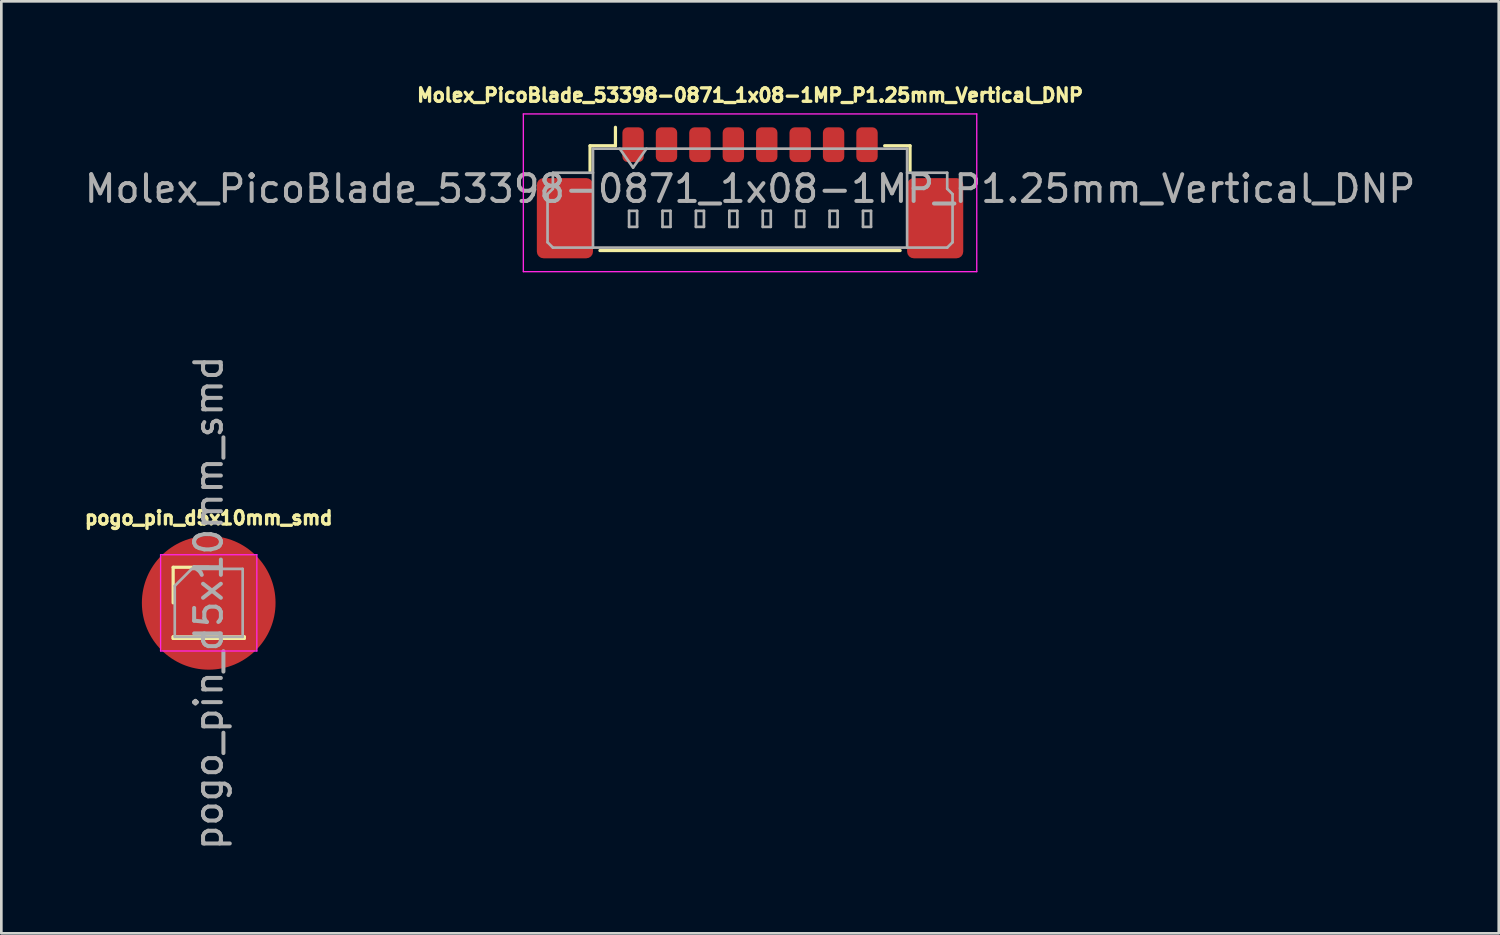
<source format=kicad_pcb>
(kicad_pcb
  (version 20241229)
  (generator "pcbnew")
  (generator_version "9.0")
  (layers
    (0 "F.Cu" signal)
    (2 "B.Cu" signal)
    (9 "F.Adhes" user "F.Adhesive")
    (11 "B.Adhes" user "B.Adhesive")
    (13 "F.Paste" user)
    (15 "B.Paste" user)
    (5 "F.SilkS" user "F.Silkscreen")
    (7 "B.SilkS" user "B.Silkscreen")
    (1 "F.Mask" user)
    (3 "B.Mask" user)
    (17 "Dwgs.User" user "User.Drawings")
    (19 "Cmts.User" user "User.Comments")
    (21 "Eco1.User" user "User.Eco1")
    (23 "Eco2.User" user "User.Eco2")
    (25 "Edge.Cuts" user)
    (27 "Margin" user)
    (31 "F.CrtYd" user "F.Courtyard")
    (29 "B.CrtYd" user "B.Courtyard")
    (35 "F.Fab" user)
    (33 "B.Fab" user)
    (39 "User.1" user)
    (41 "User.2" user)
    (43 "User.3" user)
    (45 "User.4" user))
  (footprint "Molex_PicoBlade_53398-0871_1x08-1MP_P1.25mm_Vertical_DNP"
    (layer "F.Cu")
    (at 25.006 3.612)
    (property "Reference" "Molex_PicoBlade_53398-0871_1x08-1MP_P1.25mm_Vertical_DNP" (at 0 -3.1 0) (layer "F.SilkS") (effects (font (size 0.5 0.5) (thickness 0.125))))
    (attr smd exclude_from_pos_files exclude_from_bom)
    (fp_line (start -5.985 -1.21) (end -5.035 -1.21) (stroke (width 0.12) (type solid)) (layer "F.SilkS"))
    (fp_line (start -5.985 -0.26) (end -5.985 -1.21) (stroke (width 0.12) (type solid)) (layer "F.SilkS"))
    (fp_line (start -5.615 2.71) (end 5.615 2.71) (stroke (width 0.12) (type solid)) (layer "F.SilkS"))
    (fp_line (start -5.035 -1.21) (end -5.035 -1.9) (stroke (width 0.12) (type solid)) (layer "F.SilkS"))
    (fp_line (start 5.985 -1.21) (end 5.035 -1.21) (stroke (width 0.12) (type solid)) (layer "F.SilkS"))
    (fp_line (start 5.985 -0.26) (end 5.985 -1.21) (stroke (width 0.12) (type solid)) (layer "F.SilkS"))
    (fp_line (start -8.48 -2.4) (end -8.48 3.5) (stroke (width 0.05) (type solid)) (layer "F.CrtYd"))
    (fp_line (start -8.48 3.5) (end 8.48 3.5) (stroke (width 0.05) (type solid)) (layer "F.CrtYd"))
    (fp_line (start 8.48 -2.4) (end -8.48 -2.4) (stroke (width 0.05) (type solid)) (layer "F.CrtYd"))
    (fp_line (start 8.48 3.5) (end 8.48 -2.4) (stroke (width 0.05) (type solid)) (layer "F.CrtYd"))
    (fp_line (start -7.575 0.6) (end -7.375 0.4) (stroke (width 0.1) (type solid)) (layer "F.Fab"))
    (fp_line (start -7.575 2.4) (end -7.575 0.6) (stroke (width 0.1) (type solid)) (layer "F.Fab"))
    (fp_line (start -7.375 -0.2) (end -5.875 -0.2) (stroke (width 0.1) (type solid)) (layer "F.Fab"))
    (fp_line (start -7.375 0.4) (end -7.375 -0.2) (stroke (width 0.1) (type solid)) (layer "F.Fab"))
    (fp_line (start -7.375 2.6) (end -7.575 2.4) (stroke (width 0.1) (type solid)) (layer "F.Fab"))
    (fp_line (start -5.875 -1.1) (end -5.875 2.6) (stroke (width 0.1) (type solid)) (layer "F.Fab"))
    (fp_line (start -5.875 -1.1) (end 5.875 -1.1) (stroke (width 0.1) (type solid)) (layer "F.Fab"))
    (fp_line (start -5.875 2.6) (end -7.375 2.6) (stroke (width 0.1) (type solid)) (layer "F.Fab"))
    (fp_line (start -5.875 2.6) (end 5.875 2.6) (stroke (width 0.1) (type solid)) (layer "F.Fab"))
    (fp_line (start -4.875 -1.1) (end -4.375 -0.393) (stroke (width 0.1) (type solid)) (layer "F.Fab"))
    (fp_line (start -4.525 1.225) (end -4.525 1.825) (stroke (width 0.1) (type solid)) (layer "F.Fab"))
    (fp_line (start -4.525 1.825) (end -4.225 1.825) (stroke (width 0.1) (type solid)) (layer "F.Fab"))
    (fp_line (start -4.375 -0.393) (end -3.875 -1.1) (stroke (width 0.1) (type solid)) (layer "F.Fab"))
    (fp_line (start -4.225 1.225) (end -4.525 1.225) (stroke (width 0.1) (type solid)) (layer "F.Fab"))
    (fp_line (start -4.225 1.825) (end -4.225 1.225) (stroke (width 0.1) (type solid)) (layer "F.Fab"))
    (fp_line (start -3.275 1.225) (end -3.275 1.825) (stroke (width 0.1) (type solid)) (layer "F.Fab"))
    (fp_line (start -3.275 1.825) (end -2.975 1.825) (stroke (width 0.1) (type solid)) (layer "F.Fab"))
    (fp_line (start -2.975 1.225) (end -3.275 1.225) (stroke (width 0.1) (type solid)) (layer "F.Fab"))
    (fp_line (start -2.975 1.825) (end -2.975 1.225) (stroke (width 0.1) (type solid)) (layer "F.Fab"))
    (fp_line (start -2.025 1.225) (end -2.025 1.825) (stroke (width 0.1) (type solid)) (layer "F.Fab"))
    (fp_line (start -2.025 1.825) (end -1.725 1.825) (stroke (width 0.1) (type solid)) (layer "F.Fab"))
    (fp_line (start -1.725 1.225) (end -2.025 1.225) (stroke (width 0.1) (type solid)) (layer "F.Fab"))
    (fp_line (start -1.725 1.825) (end -1.725 1.225) (stroke (width 0.1) (type solid)) (layer "F.Fab"))
    (fp_line (start -0.775 1.225) (end -0.775 1.825) (stroke (width 0.1) (type solid)) (layer "F.Fab"))
    (fp_line (start -0.775 1.825) (end -0.475 1.825) (stroke (width 0.1) (type solid)) (layer "F.Fab"))
    (fp_line (start -0.475 1.225) (end -0.775 1.225) (stroke (width 0.1) (type solid)) (layer "F.Fab"))
    (fp_line (start -0.475 1.825) (end -0.475 1.225) (stroke (width 0.1) (type solid)) (layer "F.Fab"))
    (fp_line (start 0.475 1.225) (end 0.475 1.825) (stroke (width 0.1) (type solid)) (layer "F.Fab"))
    (fp_line (start 0.475 1.825) (end 0.775 1.825) (stroke (width 0.1) (type solid)) (layer "F.Fab"))
    (fp_line (start 0.775 1.225) (end 0.475 1.225) (stroke (width 0.1) (type solid)) (layer "F.Fab"))
    (fp_line (start 0.775 1.825) (end 0.775 1.225) (stroke (width 0.1) (type solid)) (layer "F.Fab"))
    (fp_line (start 1.725 1.225) (end 1.725 1.825) (stroke (width 0.1) (type solid)) (layer "F.Fab"))
    (fp_line (start 1.725 1.825) (end 2.025 1.825) (stroke (width 0.1) (type solid)) (layer "F.Fab"))
    (fp_line (start 2.025 1.225) (end 1.725 1.225) (stroke (width 0.1) (type solid)) (layer "F.Fab"))
    (fp_line (start 2.025 1.825) (end 2.025 1.225) (stroke (width 0.1) (type solid)) (layer "F.Fab"))
    (fp_line (start 2.975 1.225) (end 2.975 1.825) (stroke (width 0.1) (type solid)) (layer "F.Fab"))
    (fp_line (start 2.975 1.825) (end 3.275 1.825) (stroke (width 0.1) (type solid)) (layer "F.Fab"))
    (fp_line (start 3.275 1.225) (end 2.975 1.225) (stroke (width 0.1) (type solid)) (layer "F.Fab"))
    (fp_line (start 3.275 1.825) (end 3.275 1.225) (stroke (width 0.1) (type solid)) (layer "F.Fab"))
    (fp_line (start 4.225 1.225) (end 4.225 1.825) (stroke (width 0.1) (type solid)) (layer "F.Fab"))
    (fp_line (start 4.225 1.825) (end 4.525 1.825) (stroke (width 0.1) (type solid)) (layer "F.Fab"))
    (fp_line (start 4.525 1.225) (end 4.225 1.225) (stroke (width 0.1) (type solid)) (layer "F.Fab"))
    (fp_line (start 4.525 1.825) (end 4.525 1.225) (stroke (width 0.1) (type solid)) (layer "F.Fab"))
    (fp_line (start 5.875 -1.1) (end 5.875 2.6) (stroke (width 0.1) (type solid)) (layer "F.Fab"))
    (fp_line (start 5.875 2.6) (end 7.375 2.6) (stroke (width 0.1) (type solid)) (layer "F.Fab"))
    (fp_line (start 7.375 -0.2) (end 5.875 -0.2) (stroke (width 0.1) (type solid)) (layer "F.Fab"))
    (fp_line (start 7.375 0.4) (end 7.375 -0.2) (stroke (width 0.1) (type solid)) (layer "F.Fab"))
    (fp_line (start 7.375 2.6) (end 7.575 2.4) (stroke (width 0.1) (type solid)) (layer "F.Fab"))
    (fp_line (start 7.575 0.6) (end 7.375 0.4) (stroke (width 0.1) (type solid)) (layer "F.Fab"))
    (fp_line (start 7.575 2.4) (end 7.575 0.6) (stroke (width 0.1) (type solid)) (layer "F.Fab"))
    (fp_text user "${REFERENCE}" (at 0 0.4 0) (layer "F.Fab") (effects (font (size 1 1) (thickness 0.15))))
    (pad "1" smd roundrect (at -4.375 -1.25) (size 0.8 1.3) (layers "F.Cu" "F.Mask" "F.Paste") (roundrect_rratio 0.25))
    (pad "2" smd roundrect (at -3.125 -1.25) (size 0.8 1.3) (layers "F.Cu" "F.Mask" "F.Paste") (roundrect_rratio 0.25))
    (pad "3" smd roundrect (at -1.875 -1.25) (size 0.8 1.3) (layers "F.Cu" "F.Mask" "F.Paste") (roundrect_rratio 0.25))
    (pad "4" smd roundrect (at -0.625 -1.25) (size 0.8 1.3) (layers "F.Cu" "F.Mask" "F.Paste") (roundrect_rratio 0.25))
    (pad "5" smd roundrect (at 0.625 -1.25) (size 0.8 1.3) (layers "F.Cu" "F.Mask" "F.Paste") (roundrect_rratio 0.25))
    (pad "6" smd roundrect (at 1.875 -1.25) (size 0.8 1.3) (layers "F.Cu" "F.Mask" "F.Paste") (roundrect_rratio 0.25))
    (pad "7" smd roundrect (at 3.125 -1.25) (size 0.8 1.3) (layers "F.Cu" "F.Mask" "F.Paste") (roundrect_rratio 0.25))
    (pad "8" smd roundrect (at 4.375 -1.25) (size 0.8 1.3) (layers "F.Cu" "F.Mask" "F.Paste") (roundrect_rratio 0.25))
    (pad "MP" smd roundrect (at -6.925 1.5) (size 2.1 3) (layers "F.Cu" "F.Mask" "F.Paste") (roundrect_rratio 0.119))
    (pad "MP" smd roundrect (at 6.925 1.5) (size 2.1 3) (layers "F.Cu" "F.Mask" "F.Paste") (roundrect_rratio 0.119)))
  (footprint "pogo_pin_d5x10mm_smd"
    (layer "F.Cu")
    (at 4.757 19.5)
    (property "Reference" "pogo_pin_d5x10mm_smd" (at 0 -3.175 180) (layer "F.SilkS") (effects (font (size 0.5 0.5) (thickness 0.125))))
    (attr smd)
    (fp_line (start -1.33 -1.33) (end 0 -1.33) (stroke (width 0.12) (type solid)) (layer "F.SilkS"))
    (fp_line (start -1.33 0) (end -1.33 -1.33) (stroke (width 0.12) (type solid)) (layer "F.SilkS"))
    (fp_line (start -1.33 1.27) (end -1.33 1.33) (stroke (width 0.12) (type solid)) (layer "F.SilkS"))
    (fp_line (start -1.33 1.27) (end 1.33 1.27) (stroke (width 0.12) (type solid)) (layer "F.SilkS"))
    (fp_line (start -1.33 1.33) (end 1.33 1.33) (stroke (width 0.12) (type solid)) (layer "F.SilkS"))
    (fp_line (start 1.33 1.27) (end 1.33 1.33) (stroke (width 0.12) (type solid)) (layer "F.SilkS"))
    (fp_line (start -1.8 -1.8) (end -1.8 1.8) (stroke (width 0.05) (type solid)) (layer "F.CrtYd"))
    (fp_line (start -1.8 1.8) (end 1.8 1.8) (stroke (width 0.05) (type solid)) (layer "F.CrtYd"))
    (fp_line (start 1.8 -1.8) (end -1.8 -1.8) (stroke (width 0.05) (type solid)) (layer "F.CrtYd"))
    (fp_line (start 1.8 1.8) (end 1.8 -1.8) (stroke (width 0.05) (type solid)) (layer "F.CrtYd"))
    (fp_line (start -1.27 -0.635) (end -0.635 -1.27) (stroke (width 0.1) (type solid)) (layer "F.Fab"))
    (fp_line (start -1.27 1.27) (end -1.27 -0.635) (stroke (width 0.1) (type solid)) (layer "F.Fab"))
    (fp_line (start -0.635 -1.27) (end 1.27 -1.27) (stroke (width 0.1) (type solid)) (layer "F.Fab"))
    (fp_line (start 1.27 -1.27) (end 1.27 1.27) (stroke (width 0.1) (type solid)) (layer "F.Fab"))
    (fp_line (start 1.27 1.27) (end -1.27 1.27) (stroke (width 0.1) (type solid)) (layer "F.Fab"))
    (fp_text user "${REFERENCE}" (at 0 0 270) (layer "F.Fab") (effects (font (size 1 1) (thickness 0.15))))
    (pad "1" smd circle (at 0 0) (size 5 5) (layers "F.Cu" "F.Mask" "F.Paste")))
  (gr_rect
    (start -3 -3)
    (end 53.012 31.863)
    (stroke (width 0.1) (type default))
    (fill no)
    (layer "Edge.Cuts")))
</source>
